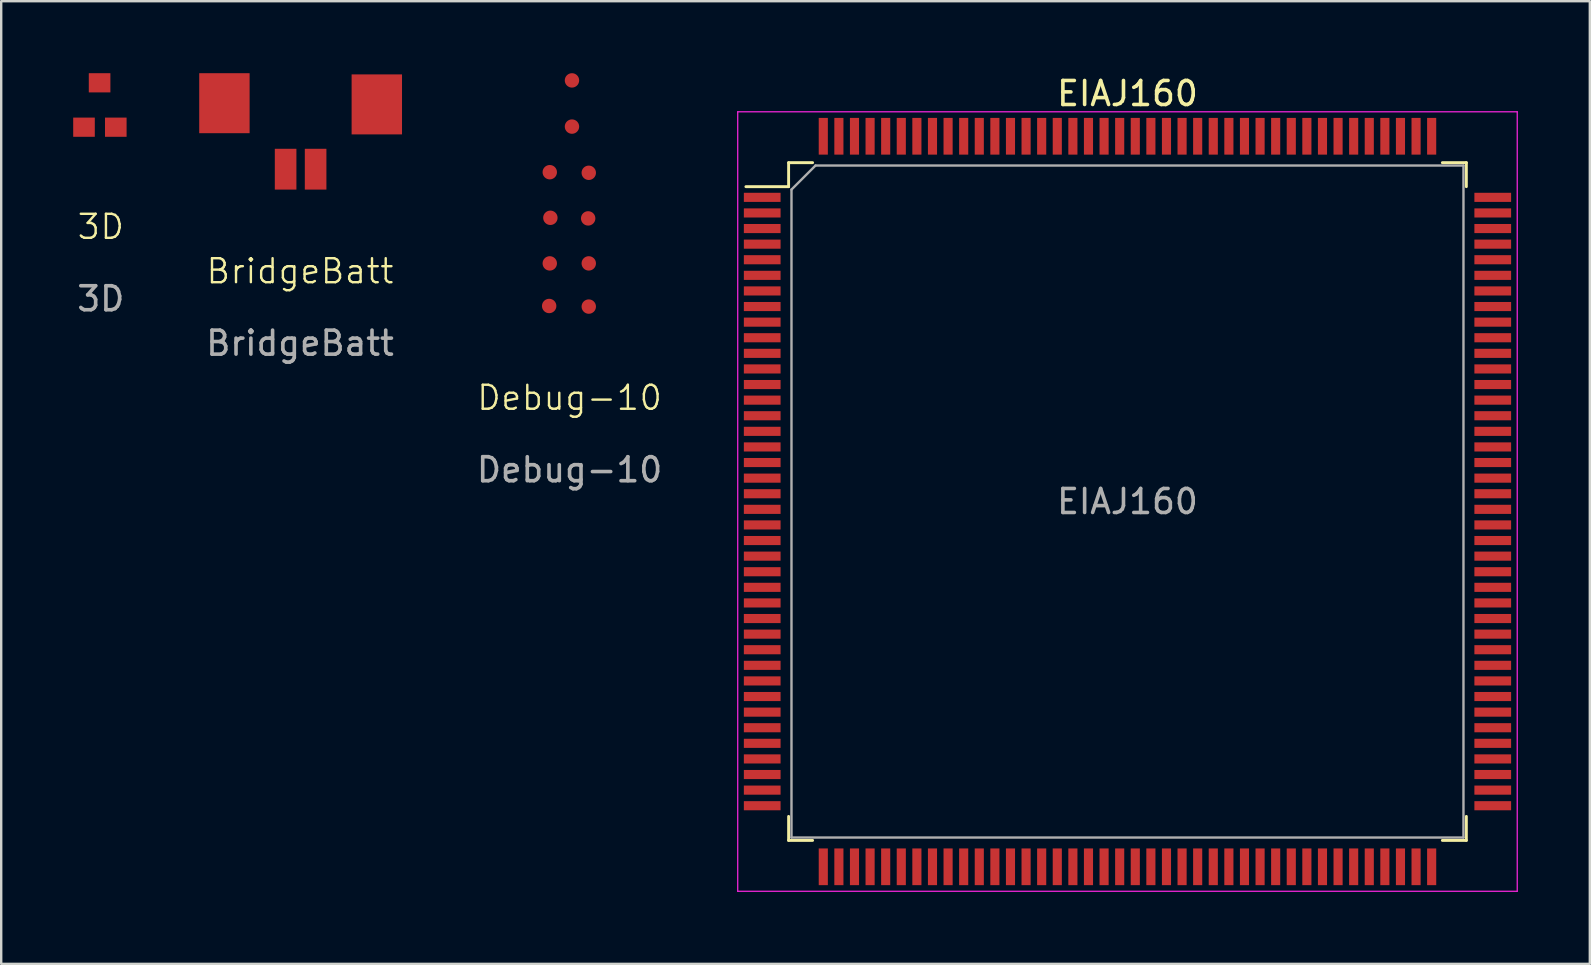
<source format=kicad_pcb>
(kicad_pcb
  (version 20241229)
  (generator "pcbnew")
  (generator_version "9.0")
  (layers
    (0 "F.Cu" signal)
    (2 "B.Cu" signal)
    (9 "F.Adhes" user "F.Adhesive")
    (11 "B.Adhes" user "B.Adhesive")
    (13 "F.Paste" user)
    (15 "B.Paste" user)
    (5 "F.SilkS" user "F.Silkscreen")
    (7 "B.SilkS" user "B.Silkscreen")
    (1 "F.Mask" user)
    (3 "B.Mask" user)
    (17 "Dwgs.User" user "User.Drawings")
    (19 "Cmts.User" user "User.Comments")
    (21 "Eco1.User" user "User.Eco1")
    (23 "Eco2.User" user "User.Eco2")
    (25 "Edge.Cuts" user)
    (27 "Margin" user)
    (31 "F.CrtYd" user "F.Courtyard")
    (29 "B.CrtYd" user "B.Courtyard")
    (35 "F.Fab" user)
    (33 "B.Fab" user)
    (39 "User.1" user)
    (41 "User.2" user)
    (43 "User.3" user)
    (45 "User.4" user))
  (footprint "BridgeBatt"
    (layer "F.Cu")
    (at 9.451 2.8)
    (property "Reference" "BridgeBatt" (at 0 5.45 0) (unlocked yes) (layer "F.SilkS") (effects (font (size 1 1) (thickness 0.1))))
    (attr smd)
    (fp_text user "${REFERENCE}" (at 0 8.45 0) (unlocked yes) (layer "F.Fab") (effects (font (size 1 1) (thickness 0.15))))
    (pad "1" smd rect (at 0.65 1.2 90) (size 1.7 0.9) (layers "F.Cu" "F.Mask" "F.Paste"))
    (pad "2" smd rect (at -0.6 1.2 90) (size 1.7 0.9) (layers "F.Cu" "F.Mask" "F.Paste"))
    (pad "3" smd rect (at 3.2 -1.5 90) (size 2.5 2.1) (layers "F.Cu" "F.Mask" "F.Paste"))
    (pad "4" smd rect (at -3.15 -1.55 90) (size 2.5 2.1) (layers "F.Cu" "F.Mask" "F.Paste")))
  (footprint "EIAJ160"
    (layer "F.Cu")
    (at 43.93 17.848)
    (property "Reference" "EIAJ160" (at 0 -17 0) (layer "F.SilkS") (effects (font (size 1 1) (thickness 0.15))))
    (attr smd)
    (fp_line (start -15.9 -13.12) (end -14.12 -13.12) (stroke (width 0.12) (type solid)) (layer "F.SilkS"))
    (fp_line (start -14.12 -14.12) (end -14.12 -13.12) (stroke (width 0.12) (type solid)) (layer "F.SilkS"))
    (fp_line (start -14.12 14.12) (end -14.12 13.12) (stroke (width 0.12) (type solid)) (layer "F.SilkS"))
    (fp_line (start -13.12 -14.12) (end -14.12 -14.12) (stroke (width 0.12) (type solid)) (layer "F.SilkS"))
    (fp_line (start -13.12 14.12) (end -14.12 14.12) (stroke (width 0.12) (type solid)) (layer "F.SilkS"))
    (fp_line (start 13.12 -14.12) (end 14.12 -14.12) (stroke (width 0.12) (type solid)) (layer "F.SilkS"))
    (fp_line (start 13.12 14.12) (end 14.12 14.12) (stroke (width 0.12) (type solid)) (layer "F.SilkS"))
    (fp_line (start 14.12 -14.12) (end 14.12 -13.12) (stroke (width 0.12) (type solid)) (layer "F.SilkS"))
    (fp_line (start 14.12 14.12) (end 14.12 13.12) (stroke (width 0.12) (type solid)) (layer "F.SilkS"))
    (fp_line (start -16.24 -16.24) (end 16.24 -16.24) (stroke (width 0.05) (type solid)) (layer "F.CrtYd"))
    (fp_line (start -16.24 16.24) (end -16.24 -16.24) (stroke (width 0.05) (type solid)) (layer "F.CrtYd"))
    (fp_line (start 16.24 -16.24) (end 16.24 16.24) (stroke (width 0.05) (type solid)) (layer "F.CrtYd"))
    (fp_line (start 16.24 16.24) (end -16.24 16.24) (stroke (width 0.05) (type solid)) (layer "F.CrtYd"))
    (fp_line (start -14 -13) (end -14 14) (stroke (width 0.1) (type solid)) (layer "F.Fab"))
    (fp_line (start -14 14) (end 14 14) (stroke (width 0.1) (type solid)) (layer "F.Fab"))
    (fp_line (start -13 -14) (end -14 -13) (stroke (width 0.1) (type solid)) (layer "F.Fab"))
    (fp_line (start 14 -14) (end -13 -14) (stroke (width 0.1) (type solid)) (layer "F.Fab"))
    (fp_line (start 14 14) (end 14 -14) (stroke (width 0.1) (type solid)) (layer "F.Fab"))
    (fp_text user "${REFERENCE}" (at 0 0 0) (layer "F.Fab") (effects (font (size 1 1) (thickness 0.15))))
    (pad "1" smd rect (at -15.22 -12.675) (size 1.53 0.38) (layers "F.Cu" "F.Mask" "F.Paste"))
    (pad "2" smd rect (at -15.22 -12.025) (size 1.53 0.38) (layers "F.Cu" "F.Mask" "F.Paste"))
    (pad "3" smd rect (at -15.22 -11.375) (size 1.53 0.38) (layers "F.Cu" "F.Mask" "F.Paste"))
    (pad "4" smd rect (at -15.22 -10.725) (size 1.53 0.38) (layers "F.Cu" "F.Mask" "F.Paste"))
    (pad "5" smd rect (at -15.22 -10.075) (size 1.53 0.38) (layers "F.Cu" "F.Mask" "F.Paste"))
    (pad "6" smd rect (at -15.22 -9.425) (size 1.53 0.38) (layers "F.Cu" "F.Mask" "F.Paste"))
    (pad "7" smd rect (at -15.22 -8.775) (size 1.53 0.38) (layers "F.Cu" "F.Mask" "F.Paste"))
    (pad "8" smd rect (at -15.22 -8.125) (size 1.53 0.38) (layers "F.Cu" "F.Mask" "F.Paste"))
    (pad "9" smd rect (at -15.22 -7.475) (size 1.53 0.38) (layers "F.Cu" "F.Mask" "F.Paste"))
    (pad "10" smd rect (at -15.22 -6.825) (size 1.53 0.38) (layers "F.Cu" "F.Mask" "F.Paste"))
    (pad "11" smd rect (at -15.22 -6.175) (size 1.53 0.38) (layers "F.Cu" "F.Mask" "F.Paste"))
    (pad "12" smd rect (at -15.22 -5.525) (size 1.53 0.38) (layers "F.Cu" "F.Mask" "F.Paste"))
    (pad "13" smd rect (at -15.22 -4.875) (size 1.53 0.38) (layers "F.Cu" "F.Mask" "F.Paste"))
    (pad "14" smd rect (at -15.22 -4.225) (size 1.53 0.38) (layers "F.Cu" "F.Mask" "F.Paste"))
    (pad "15" smd rect (at -15.22 -3.575) (size 1.53 0.38) (layers "F.Cu" "F.Mask" "F.Paste"))
    (pad "16" smd rect (at -15.22 -2.925) (size 1.53 0.38) (layers "F.Cu" "F.Mask" "F.Paste"))
    (pad "17" smd rect (at -15.22 -2.275) (size 1.53 0.38) (layers "F.Cu" "F.Mask" "F.Paste"))
    (pad "18" smd rect (at -15.22 -1.625) (size 1.53 0.38) (layers "F.Cu" "F.Mask" "F.Paste"))
    (pad "19" smd rect (at -15.22 -0.975) (size 1.53 0.38) (layers "F.Cu" "F.Mask" "F.Paste"))
    (pad "20" smd rect (at -15.22 -0.325) (size 1.53 0.38) (layers "F.Cu" "F.Mask" "F.Paste"))
    (pad "21" smd rect (at -15.22 0.325) (size 1.53 0.38) (layers "F.Cu" "F.Mask" "F.Paste"))
    (pad "22" smd rect (at -15.22 0.975) (size 1.53 0.38) (layers "F.Cu" "F.Mask" "F.Paste"))
    (pad "23" smd rect (at -15.22 1.625) (size 1.53 0.38) (layers "F.Cu" "F.Mask" "F.Paste"))
    (pad "24" smd rect (at -15.22 2.275) (size 1.53 0.38) (layers "F.Cu" "F.Mask" "F.Paste"))
    (pad "25" smd rect (at -15.22 2.925) (size 1.53 0.38) (layers "F.Cu" "F.Mask" "F.Paste"))
    (pad "26" smd rect (at -15.22 3.575) (size 1.53 0.38) (layers "F.Cu" "F.Mask" "F.Paste"))
    (pad "27" smd rect (at -15.22 4.225) (size 1.53 0.38) (layers "F.Cu" "F.Mask" "F.Paste"))
    (pad "28" smd rect (at -15.22 4.875) (size 1.53 0.38) (layers "F.Cu" "F.Mask" "F.Paste"))
    (pad "29" smd rect (at -15.22 5.525) (size 1.53 0.38) (layers "F.Cu" "F.Mask" "F.Paste"))
    (pad "30" smd rect (at -15.22 6.175) (size 1.53 0.38) (layers "F.Cu" "F.Mask" "F.Paste"))
    (pad "31" smd rect (at -15.22 6.825) (size 1.53 0.38) (layers "F.Cu" "F.Mask" "F.Paste"))
    (pad "32" smd rect (at -15.22 7.475) (size 1.53 0.38) (layers "F.Cu" "F.Mask" "F.Paste"))
    (pad "33" smd rect (at -15.22 8.125) (size 1.53 0.38) (layers "F.Cu" "F.Mask" "F.Paste"))
    (pad "34" smd rect (at -15.22 8.775) (size 1.53 0.38) (layers "F.Cu" "F.Mask" "F.Paste"))
    (pad "35" smd rect (at -15.22 9.425) (size 1.53 0.38) (layers "F.Cu" "F.Mask" "F.Paste"))
    (pad "36" smd rect (at -15.22 10.075) (size 1.53 0.38) (layers "F.Cu" "F.Mask" "F.Paste"))
    (pad "37" smd rect (at -15.22 10.725) (size 1.53 0.38) (layers "F.Cu" "F.Mask" "F.Paste"))
    (pad "38" smd rect (at -15.22 11.375) (size 1.53 0.38) (layers "F.Cu" "F.Mask" "F.Paste"))
    (pad "39" smd rect (at -15.22 12.025) (size 1.53 0.38) (layers "F.Cu" "F.Mask" "F.Paste"))
    (pad "40" smd rect (at -15.22 12.675) (size 1.53 0.38) (layers "F.Cu" "F.Mask" "F.Paste"))
    (pad "41" smd rect (at -12.675 15.22) (size 0.38 1.53) (layers "F.Cu" "F.Mask" "F.Paste"))
    (pad "42" smd rect (at -12.025 15.22) (size 0.38 1.53) (layers "F.Cu" "F.Mask" "F.Paste"))
    (pad "43" smd rect (at -11.375 15.22) (size 0.38 1.53) (layers "F.Cu" "F.Mask" "F.Paste"))
    (pad "44" smd rect (at -10.725 15.22) (size 0.38 1.53) (layers "F.Cu" "F.Mask" "F.Paste"))
    (pad "45" smd rect (at -10.075 15.22) (size 0.38 1.53) (layers "F.Cu" "F.Mask" "F.Paste"))
    (pad "46" smd rect (at -9.425 15.22) (size 0.38 1.53) (layers "F.Cu" "F.Mask" "F.Paste"))
    (pad "47" smd rect (at -8.775 15.22) (size 0.38 1.53) (layers "F.Cu" "F.Mask" "F.Paste"))
    (pad "48" smd rect (at -8.125 15.22) (size 0.38 1.53) (layers "F.Cu" "F.Mask" "F.Paste"))
    (pad "49" smd rect (at -7.475 15.22) (size 0.38 1.53) (layers "F.Cu" "F.Mask" "F.Paste"))
    (pad "50" smd rect (at -6.825 15.22) (size 0.38 1.53) (layers "F.Cu" "F.Mask" "F.Paste"))
    (pad "51" smd rect (at -6.175 15.22) (size 0.38 1.53) (layers "F.Cu" "F.Mask" "F.Paste"))
    (pad "52" smd rect (at -5.525 15.22) (size 0.38 1.53) (layers "F.Cu" "F.Mask" "F.Paste"))
    (pad "53" smd rect (at -4.875 15.22) (size 0.38 1.53) (layers "F.Cu" "F.Mask" "F.Paste"))
    (pad "54" smd rect (at -4.225 15.22) (size 0.38 1.53) (layers "F.Cu" "F.Mask" "F.Paste"))
    (pad "55" smd rect (at -3.575 15.22) (size 0.38 1.53) (layers "F.Cu" "F.Mask" "F.Paste"))
    (pad "56" smd rect (at -2.925 15.22) (size 0.38 1.53) (layers "F.Cu" "F.Mask" "F.Paste"))
    (pad "57" smd rect (at -2.275 15.22) (size 0.38 1.53) (layers "F.Cu" "F.Mask" "F.Paste"))
    (pad "58" smd rect (at -1.625 15.22) (size 0.38 1.53) (layers "F.Cu" "F.Mask" "F.Paste"))
    (pad "59" smd rect (at -0.975 15.22) (size 0.38 1.53) (layers "F.Cu" "F.Mask" "F.Paste"))
    (pad "60" smd rect (at -0.325 15.22) (size 0.38 1.53) (layers "F.Cu" "F.Mask" "F.Paste"))
    (pad "61" smd rect (at 0.325 15.22) (size 0.38 1.53) (layers "F.Cu" "F.Mask" "F.Paste"))
    (pad "62" smd rect (at 0.975 15.22) (size 0.38 1.53) (layers "F.Cu" "F.Mask" "F.Paste"))
    (pad "63" smd rect (at 1.625 15.22) (size 0.38 1.53) (layers "F.Cu" "F.Mask" "F.Paste"))
    (pad "64" smd rect (at 2.275 15.22) (size 0.38 1.53) (layers "F.Cu" "F.Mask" "F.Paste"))
    (pad "65" smd rect (at 2.925 15.22) (size 0.38 1.53) (layers "F.Cu" "F.Mask" "F.Paste"))
    (pad "66" smd rect (at 3.575 15.22) (size 0.38 1.53) (layers "F.Cu" "F.Mask" "F.Paste"))
    (pad "67" smd rect (at 4.225 15.22) (size 0.38 1.53) (layers "F.Cu" "F.Mask" "F.Paste"))
    (pad "68" smd rect (at 4.875 15.22) (size 0.38 1.53) (layers "F.Cu" "F.Mask" "F.Paste"))
    (pad "69" smd rect (at 5.525 15.22) (size 0.38 1.53) (layers "F.Cu" "F.Mask" "F.Paste"))
    (pad "70" smd rect (at 6.175 15.22) (size 0.38 1.53) (layers "F.Cu" "F.Mask" "F.Paste"))
    (pad "71" smd rect (at 6.825 15.22) (size 0.38 1.53) (layers "F.Cu" "F.Mask" "F.Paste"))
    (pad "72" smd rect (at 7.475 15.22) (size 0.38 1.53) (layers "F.Cu" "F.Mask" "F.Paste"))
    (pad "73" smd rect (at 8.125 15.22) (size 0.38 1.53) (layers "F.Cu" "F.Mask" "F.Paste"))
    (pad "74" smd rect (at 8.775 15.22) (size 0.38 1.53) (layers "F.Cu" "F.Mask" "F.Paste"))
    (pad "75" smd rect (at 9.425 15.22) (size 0.38 1.53) (layers "F.Cu" "F.Mask" "F.Paste"))
    (pad "76" smd rect (at 10.075 15.22) (size 0.38 1.53) (layers "F.Cu" "F.Mask" "F.Paste"))
    (pad "77" smd rect (at 10.725 15.22) (size 0.38 1.53) (layers "F.Cu" "F.Mask" "F.Paste"))
    (pad "78" smd rect (at 11.375 15.22) (size 0.38 1.53) (layers "F.Cu" "F.Mask" "F.Paste"))
    (pad "79" smd rect (at 12.025 15.22) (size 0.38 1.53) (layers "F.Cu" "F.Mask" "F.Paste"))
    (pad "80" smd rect (at 12.675 15.22) (size 0.38 1.53) (layers "F.Cu" "F.Mask" "F.Paste"))
    (pad "81" smd rect (at 15.22 12.675) (size 1.53 0.38) (layers "F.Cu" "F.Mask" "F.Paste"))
    (pad "82" smd rect (at 15.22 12.025) (size 1.53 0.38) (layers "F.Cu" "F.Mask" "F.Paste"))
    (pad "83" smd rect (at 15.22 11.375) (size 1.53 0.38) (layers "F.Cu" "F.Mask" "F.Paste"))
    (pad "84" smd rect (at 15.22 10.725) (size 1.53 0.38) (layers "F.Cu" "F.Mask" "F.Paste"))
    (pad "85" smd rect (at 15.22 10.075) (size 1.53 0.38) (layers "F.Cu" "F.Mask" "F.Paste"))
    (pad "86" smd rect (at 15.22 9.425) (size 1.53 0.38) (layers "F.Cu" "F.Mask" "F.Paste"))
    (pad "87" smd rect (at 15.22 8.775) (size 1.53 0.38) (layers "F.Cu" "F.Mask" "F.Paste"))
    (pad "88" smd rect (at 15.22 8.125) (size 1.53 0.38) (layers "F.Cu" "F.Mask" "F.Paste"))
    (pad "89" smd rect (at 15.22 7.475) (size 1.53 0.38) (layers "F.Cu" "F.Mask" "F.Paste"))
    (pad "90" smd rect (at 15.22 6.825) (size 1.53 0.38) (layers "F.Cu" "F.Mask" "F.Paste"))
    (pad "91" smd rect (at 15.22 6.175) (size 1.53 0.38) (layers "F.Cu" "F.Mask" "F.Paste"))
    (pad "92" smd rect (at 15.22 5.525) (size 1.53 0.38) (layers "F.Cu" "F.Mask" "F.Paste"))
    (pad "93" smd rect (at 15.22 4.875) (size 1.53 0.38) (layers "F.Cu" "F.Mask" "F.Paste"))
    (pad "94" smd rect (at 15.22 4.225) (size 1.53 0.38) (layers "F.Cu" "F.Mask" "F.Paste"))
    (pad "95" smd rect (at 15.22 3.575) (size 1.53 0.38) (layers "F.Cu" "F.Mask" "F.Paste"))
    (pad "96" smd rect (at 15.22 2.925) (size 1.53 0.38) (layers "F.Cu" "F.Mask" "F.Paste"))
    (pad "97" smd rect (at 15.22 2.275) (size 1.53 0.38) (layers "F.Cu" "F.Mask" "F.Paste"))
    (pad "98" smd rect (at 15.22 1.625) (size 1.53 0.38) (layers "F.Cu" "F.Mask" "F.Paste"))
    (pad "99" smd rect (at 15.22 0.975) (size 1.53 0.38) (layers "F.Cu" "F.Mask" "F.Paste"))
    (pad "100" smd rect (at 15.22 0.325) (size 1.53 0.38) (layers "F.Cu" "F.Mask" "F.Paste"))
    (pad "101" smd rect (at 15.22 -0.325) (size 1.53 0.38) (layers "F.Cu" "F.Mask" "F.Paste"))
    (pad "102" smd rect (at 15.22 -0.975) (size 1.53 0.38) (layers "F.Cu" "F.Mask" "F.Paste"))
    (pad "103" smd rect (at 15.22 -1.625) (size 1.53 0.38) (layers "F.Cu" "F.Mask" "F.Paste"))
    (pad "104" smd rect (at 15.22 -2.275) (size 1.53 0.38) (layers "F.Cu" "F.Mask" "F.Paste"))
    (pad "105" smd rect (at 15.22 -2.925) (size 1.53 0.38) (layers "F.Cu" "F.Mask" "F.Paste"))
    (pad "106" smd rect (at 15.22 -3.575) (size 1.53 0.38) (layers "F.Cu" "F.Mask" "F.Paste"))
    (pad "107" smd rect (at 15.22 -4.225) (size 1.53 0.38) (layers "F.Cu" "F.Mask" "F.Paste"))
    (pad "108" smd rect (at 15.22 -4.875) (size 1.53 0.38) (layers "F.Cu" "F.Mask" "F.Paste"))
    (pad "109" smd rect (at 15.22 -5.525) (size 1.53 0.38) (layers "F.Cu" "F.Mask" "F.Paste"))
    (pad "110" smd rect (at 15.22 -6.175) (size 1.53 0.38) (layers "F.Cu" "F.Mask" "F.Paste"))
    (pad "111" smd rect (at 15.22 -6.825) (size 1.53 0.38) (layers "F.Cu" "F.Mask" "F.Paste"))
    (pad "112" smd rect (at 15.22 -7.475) (size 1.53 0.38) (layers "F.Cu" "F.Mask" "F.Paste"))
    (pad "113" smd rect (at 15.22 -8.125) (size 1.53 0.38) (layers "F.Cu" "F.Mask" "F.Paste"))
    (pad "114" smd rect (at 15.22 -8.775) (size 1.53 0.38) (layers "F.Cu" "F.Mask" "F.Paste"))
    (pad "115" smd rect (at 15.22 -9.425) (size 1.53 0.38) (layers "F.Cu" "F.Mask" "F.Paste"))
    (pad "116" smd rect (at 15.22 -10.075) (size 1.53 0.38) (layers "F.Cu" "F.Mask" "F.Paste"))
    (pad "117" smd rect (at 15.22 -10.725) (size 1.53 0.38) (layers "F.Cu" "F.Mask" "F.Paste"))
    (pad "118" smd rect (at 15.22 -11.375) (size 1.53 0.38) (layers "F.Cu" "F.Mask" "F.Paste"))
    (pad "119" smd rect (at 15.22 -12.025) (size 1.53 0.38) (layers "F.Cu" "F.Mask" "F.Paste"))
    (pad "120" smd rect (at 15.22 -12.675) (size 1.53 0.38) (layers "F.Cu" "F.Mask" "F.Paste"))
    (pad "121" smd rect (at 12.675 -15.22) (size 0.38 1.53) (layers "F.Cu" "F.Mask" "F.Paste"))
    (pad "122" smd rect (at 12.025 -15.22) (size 0.38 1.53) (layers "F.Cu" "F.Mask" "F.Paste"))
    (pad "123" smd rect (at 11.375 -15.22) (size 0.38 1.53) (layers "F.Cu" "F.Mask" "F.Paste"))
    (pad "124" smd rect (at 10.725 -15.22) (size 0.38 1.53) (layers "F.Cu" "F.Mask" "F.Paste"))
    (pad "125" smd rect (at 10.075 -15.22) (size 0.38 1.53) (layers "F.Cu" "F.Mask" "F.Paste"))
    (pad "126" smd rect (at 9.425 -15.22) (size 0.38 1.53) (layers "F.Cu" "F.Mask" "F.Paste"))
    (pad "127" smd rect (at 8.775 -15.22) (size 0.38 1.53) (layers "F.Cu" "F.Mask" "F.Paste"))
    (pad "128" smd rect (at 8.125 -15.22) (size 0.38 1.53) (layers "F.Cu" "F.Mask" "F.Paste"))
    (pad "129" smd rect (at 7.475 -15.22) (size 0.38 1.53) (layers "F.Cu" "F.Mask" "F.Paste"))
    (pad "130" smd rect (at 6.825 -15.22) (size 0.38 1.53) (layers "F.Cu" "F.Mask" "F.Paste"))
    (pad "131" smd rect (at 6.175 -15.22) (size 0.38 1.53) (layers "F.Cu" "F.Mask" "F.Paste"))
    (pad "132" smd rect (at 5.525 -15.22) (size 0.38 1.53) (layers "F.Cu" "F.Mask" "F.Paste"))
    (pad "133" smd rect (at 4.875 -15.22) (size 0.38 1.53) (layers "F.Cu" "F.Mask" "F.Paste"))
    (pad "134" smd rect (at 4.225 -15.22) (size 0.38 1.53) (layers "F.Cu" "F.Mask" "F.Paste"))
    (pad "135" smd rect (at 3.575 -15.22) (size 0.38 1.53) (layers "F.Cu" "F.Mask" "F.Paste"))
    (pad "136" smd rect (at 2.925 -15.22) (size 0.38 1.53) (layers "F.Cu" "F.Mask" "F.Paste"))
    (pad "137" smd rect (at 2.275 -15.22) (size 0.38 1.53) (layers "F.Cu" "F.Mask" "F.Paste"))
    (pad "138" smd rect (at 1.625 -15.22) (size 0.38 1.53) (layers "F.Cu" "F.Mask" "F.Paste"))
    (pad "139" smd rect (at 0.975 -15.22) (size 0.38 1.53) (layers "F.Cu" "F.Mask" "F.Paste"))
    (pad "140" smd rect (at 0.325 -15.22) (size 0.38 1.53) (layers "F.Cu" "F.Mask" "F.Paste"))
    (pad "141" smd rect (at -0.325 -15.22) (size 0.38 1.53) (layers "F.Cu" "F.Mask" "F.Paste"))
    (pad "142" smd rect (at -0.975 -15.22) (size 0.38 1.53) (layers "F.Cu" "F.Mask" "F.Paste"))
    (pad "143" smd rect (at -1.625 -15.22) (size 0.38 1.53) (layers "F.Cu" "F.Mask" "F.Paste"))
    (pad "144" smd rect (at -2.275 -15.22) (size 0.38 1.53) (layers "F.Cu" "F.Mask" "F.Paste"))
    (pad "145" smd rect (at -2.925 -15.22) (size 0.38 1.53) (layers "F.Cu" "F.Mask" "F.Paste"))
    (pad "146" smd rect (at -3.575 -15.22) (size 0.38 1.53) (layers "F.Cu" "F.Mask" "F.Paste"))
    (pad "147" smd rect (at -4.225 -15.22) (size 0.38 1.53) (layers "F.Cu" "F.Mask" "F.Paste"))
    (pad "148" smd rect (at -4.875 -15.22) (size 0.38 1.53) (layers "F.Cu" "F.Mask" "F.Paste"))
    (pad "149" smd rect (at -5.525 -15.22) (size 0.38 1.53) (layers "F.Cu" "F.Mask" "F.Paste"))
    (pad "150" smd rect (at -6.175 -15.22) (size 0.38 1.53) (layers "F.Cu" "F.Mask" "F.Paste"))
    (pad "151" smd rect (at -6.825 -15.22) (size 0.38 1.53) (layers "F.Cu" "F.Mask" "F.Paste"))
    (pad "152" smd rect (at -7.475 -15.22) (size 0.38 1.53) (layers "F.Cu" "F.Mask" "F.Paste"))
    (pad "153" smd rect (at -8.125 -15.22) (size 0.38 1.53) (layers "F.Cu" "F.Mask" "F.Paste"))
    (pad "154" smd rect (at -8.775 -15.22) (size 0.38 1.53) (layers "F.Cu" "F.Mask" "F.Paste"))
    (pad "155" smd rect (at -9.425 -15.22) (size 0.38 1.53) (layers "F.Cu" "F.Mask" "F.Paste"))
    (pad "156" smd rect (at -10.075 -15.22) (size 0.38 1.53) (layers "F.Cu" "F.Mask" "F.Paste"))
    (pad "157" smd rect (at -10.725 -15.22) (size 0.38 1.53) (layers "F.Cu" "F.Mask" "F.Paste"))
    (pad "158" smd rect (at -11.375 -15.22) (size 0.38 1.53) (layers "F.Cu" "F.Mask" "F.Paste"))
    (pad "159" smd rect (at -12.025 -15.22) (size 0.38 1.53) (layers "F.Cu" "F.Mask" "F.Paste"))
    (pad "160" smd rect (at -12.675 -15.22) (size 0.38 1.53) (layers "F.Cu" "F.Mask" "F.Paste")))
  (footprint "3D"
    (layer "F.Cu")
    (at 1.15 1.525)
    (property "Reference" "3D" (at 0 4.875 0) (unlocked yes) (layer "F.SilkS") (effects (font (size 1 1) (thickness 0.1))))
    (attr smd)
    (fp_text user "${REFERENCE}" (at 0 7.875 0) (unlocked yes) (layer "F.Fab") (effects (font (size 1 1) (thickness 0.15))))
    (pad "1" smd rect (at 0.625 0.725) (size 0.9 0.8) (layers "F.Cu" "F.Mask" "F.Paste"))
    (pad "2" smd rect (at -0.05 -1.125) (size 0.9 0.8) (layers "F.Cu" "F.Mask" "F.Paste"))
    (pad "3" smd rect (at -0.7 0.725) (size 0.9 0.8) (layers "F.Cu" "F.Mask" "F.Paste")))
  (footprint "Debug-10"
    (layer "F.Cu")
    (at 20.708 5.125)
    (property "Reference" "Debug-10" (at -0.025 8.4 0) (unlocked yes) (layer "F.SilkS") (effects (font (size 1 1) (thickness 0.1))))
    (attr smd)
    (fp_text user "${REFERENCE}" (at -0.025 11.4 0) (unlocked yes) (layer "F.Fab") (effects (font (size 1 1) (thickness 0.15))))
    (pad "1" smd circle (at 0.075 -4.825) (size 0.6 0.6) (layers "F.Cu" "F.Mask" "F.Paste"))
    (pad "2" smd circle (at 0.075 -2.9) (size 0.6 0.6) (layers "F.Cu" "F.Mask" "F.Paste"))
    (pad "3" smd circle (at 0.775 -0.975) (size 0.6 0.6) (layers "F.Cu" "F.Mask" "F.Paste"))
    (pad "4" smd circle (at -0.85 -1) (size 0.6 0.6) (layers "F.Cu" "F.Mask" "F.Paste"))
    (pad "5" smd circle (at 0.75 0.925) (size 0.6 0.6) (layers "F.Cu" "F.Mask" "F.Paste"))
    (pad "6" smd circle (at -0.825 0.9) (size 0.6 0.6) (layers "F.Cu" "F.Mask" "F.Paste"))
    (pad "7" smd circle (at 0.775 2.8) (size 0.6 0.6) (layers "F.Cu" "F.Mask" "F.Paste"))
    (pad "8" smd circle (at -0.85 2.8) (size 0.6 0.6) (layers "F.Cu" "F.Mask" "F.Paste"))
    (pad "9" smd circle (at 0.775 4.6) (size 0.6 0.6) (layers "F.Cu" "F.Mask" "F.Paste"))
    (pad "10" smd circle (at -0.875 4.575) (size 0.6 0.6) (layers "F.Cu" "F.Mask" "F.Paste")))
  (gr_rect
    (start -3 -3)
    (end 63.195 37.113)
    (stroke (width 0.1) (type default))
    (fill no)
    (layer "Edge.Cuts")))
</source>
